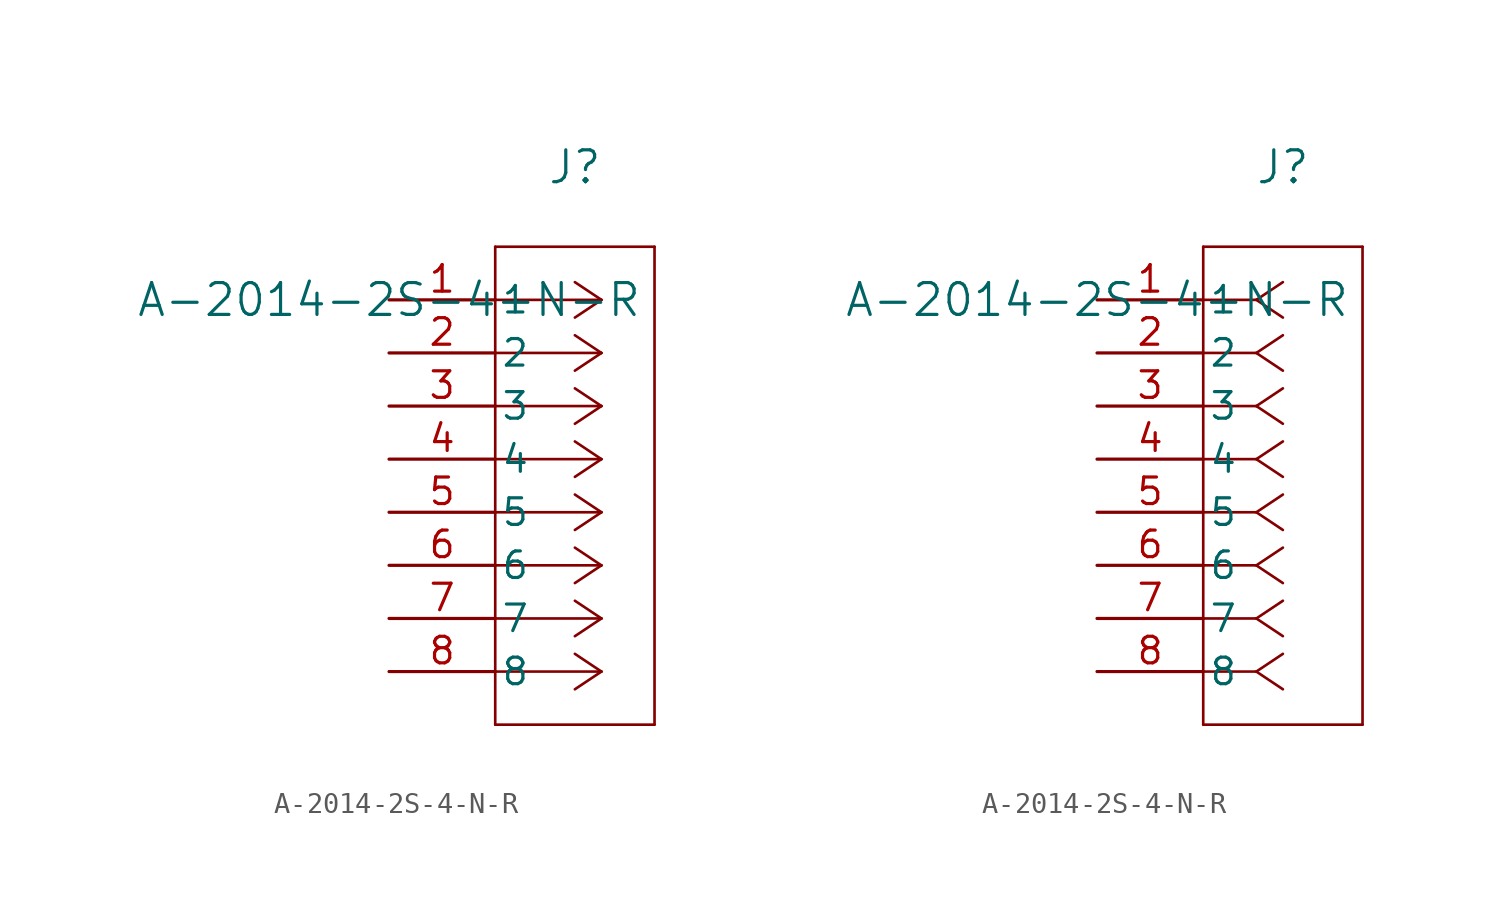
<source format=kicad_sym>
(kicad_symbol_lib
  (version 20211014)
  (generator kicad_symbol_editor)
  (symbol "A-2014-2S-4-N-R"
    (pin_names
      (offset 0.254))
    (property "Reference" "J"
      (at 8.89 6.35 0)
      (effects (font (size 1.524 1.524))))
    (property "Value" "A-2014-2S-4-N-R"
      (at 0 0 0)
      (effects (font (size 1.524 1.524))))
    (symbol "A-2014-2S-4-N-R_1_1"
      (polyline (pts (xy 10.16 0) (xy 5.08 0)) (stroke (width 0.127) (type default) (color 0 0 0 0)) (fill (type none)))
      (polyline (pts (xy 10.16 -2.54) (xy 5.08 -2.54)) (stroke (width 0.127) (type default) (color 0 0 0 0)) (fill (type none)))
      (polyline (pts (xy 10.16 -5.08) (xy 5.08 -5.08)) (stroke (width 0.127) (type default) (color 0 0 0 0)) (fill (type none)))
      (polyline (pts (xy 10.16 -7.62) (xy 5.08 -7.62)) (stroke (width 0.127) (type default) (color 0 0 0 0)) (fill (type none)))
      (polyline (pts (xy 10.16 -10.16) (xy 5.08 -10.16)) (stroke (width 0.127) (type default) (color 0 0 0 0)) (fill (type none)))
      (polyline (pts (xy 10.16 -12.7) (xy 5.08 -12.7)) (stroke (width 0.127) (type default) (color 0 0 0 0)) (fill (type none)))
      (polyline (pts (xy 10.16 -15.24) (xy 5.08 -15.24)) (stroke (width 0.127) (type default) (color 0 0 0 0)) (fill (type none)))
      (polyline (pts (xy 10.16 -17.78) (xy 5.08 -17.78)) (stroke (width 0.127) (type default) (color 0 0 0 0)) (fill (type none)))
      (polyline (pts (xy 10.16 0) (xy 8.89 0.847)) (stroke (width 0.127) (type default) (color 0 0 0 0)) (fill (type none)))
      (polyline (pts (xy 10.16 -2.54) (xy 8.89 -1.693)) (stroke (width 0.127) (type default) (color 0 0 0 0)) (fill (type none)))
      (polyline (pts (xy 10.16 -5.08) (xy 8.89 -4.233)) (stroke (width 0.127) (type default) (color 0 0 0 0)) (fill (type none)))
      (polyline (pts (xy 10.16 -7.62) (xy 8.89 -6.773)) (stroke (width 0.127) (type default) (color 0 0 0 0)) (fill (type none)))
      (polyline (pts (xy 10.16 -10.16) (xy 8.89 -9.313)) (stroke (width 0.127) (type default) (color 0 0 0 0)) (fill (type none)))
      (polyline (pts (xy 10.16 -12.7) (xy 8.89 -11.853)) (stroke (width 0.127) (type default) (color 0 0 0 0)) (fill (type none)))
      (polyline (pts (xy 10.16 -15.24) (xy 8.89 -14.393)) (stroke (width 0.127) (type default) (color 0 0 0 0)) (fill (type none)))
      (polyline (pts (xy 10.16 -17.78) (xy 8.89 -16.933)) (stroke (width 0.127) (type default) (color 0 0 0 0)) (fill (type none)))
      (polyline (pts (xy 10.16 0) (xy 8.89 -0.847)) (stroke (width 0.127) (type default) (color 0 0 0 0)) (fill (type none)))
      (polyline (pts (xy 10.16 -2.54) (xy 8.89 -3.387)) (stroke (width 0.127) (type default) (color 0 0 0 0)) (fill (type none)))
      (polyline (pts (xy 10.16 -5.08) (xy 8.89 -5.927)) (stroke (width 0.127) (type default) (color 0 0 0 0)) (fill (type none)))
      (polyline (pts (xy 10.16 -7.62) (xy 8.89 -8.467)) (stroke (width 0.127) (type default) (color 0 0 0 0)) (fill (type none)))
      (polyline (pts (xy 10.16 -10.16) (xy 8.89 -11.007)) (stroke (width 0.127) (type default) (color 0 0 0 0)) (fill (type none)))
      (polyline (pts (xy 10.16 -12.7) (xy 8.89 -13.547)) (stroke (width 0.127) (type default) (color 0 0 0 0)) (fill (type none)))
      (polyline (pts (xy 10.16 -15.24) (xy 8.89 -16.087)) (stroke (width 0.127) (type default) (color 0 0 0 0)) (fill (type none)))
      (polyline (pts (xy 10.16 -17.78) (xy 8.89 -18.627)) (stroke (width 0.127) (type default) (color 0 0 0 0)) (fill (type none)))
      (polyline (pts (xy 5.08 2.54) (xy 5.08 -20.32)) (stroke (width 0.127) (type default) (color 0 0 0 0)) (fill (type none)))
      (polyline (pts (xy 5.08 -20.32) (xy 12.7 -20.32)) (stroke (width 0.127) (type default) (color 0 0 0 0)) (fill (type none)))
      (polyline (pts (xy 12.7 -20.32) (xy 12.7 2.54)) (stroke (width 0.127) (type default) (color 0 0 0 0)) (fill (type none)))
      (polyline (pts (xy 12.7 2.54) (xy 5.08 2.54)) (stroke (width 0.127) (type default) (color 0 0 0 0)) (fill (type none)))
      (pin unspecified line (at 0 0 0) (length 5.08) (name "1" (effects (font (size 1.27 1.27)))) (number "1" (effects (font (size 1.27 1.27)))))
      (pin unspecified line (at 0 -2.54 0) (length 5.08) (name "2" (effects (font (size 1.27 1.27)))) (number "2" (effects (font (size 1.27 1.27)))))
      (pin unspecified line (at 0 -5.08 0) (length 5.08) (name "3" (effects (font (size 1.27 1.27)))) (number "3" (effects (font (size 1.27 1.27)))))
      (pin unspecified line (at 0 -7.62 0) (length 5.08) (name "4" (effects (font (size 1.27 1.27)))) (number "4" (effects (font (size 1.27 1.27)))))
      (pin unspecified line (at 0 -10.16 0) (length 5.08) (name "5" (effects (font (size 1.27 1.27)))) (number "5" (effects (font (size 1.27 1.27)))))
      (pin unspecified line (at 0 -12.7 0) (length 5.08) (name "6" (effects (font (size 1.27 1.27)))) (number "6" (effects (font (size 1.27 1.27)))))
      (pin unspecified line (at 0 -15.24 0) (length 5.08) (name "7" (effects (font (size 1.27 1.27)))) (number "7" (effects (font (size 1.27 1.27)))))
      (pin unspecified line (at 0 -17.78 0) (length 5.08) (name "8" (effects (font (size 1.27 1.27)))) (number "8" (effects (font (size 1.27 1.27))))))
    (symbol "A-2014-2S-4-N-R_1_2"
      (polyline (pts (xy 7.62 0) (xy 5.08 0)) (stroke (width 0.127) (type default) (color 0 0 0 0)) (fill (type none)))
      (polyline (pts (xy 7.62 -2.54) (xy 5.08 -2.54)) (stroke (width 0.127) (type default) (color 0 0 0 0)) (fill (type none)))
      (polyline (pts (xy 7.62 -5.08) (xy 5.08 -5.08)) (stroke (width 0.127) (type default) (color 0 0 0 0)) (fill (type none)))
      (polyline (pts (xy 7.62 -7.62) (xy 5.08 -7.62)) (stroke (width 0.127) (type default) (color 0 0 0 0)) (fill (type none)))
      (polyline (pts (xy 7.62 -10.16) (xy 5.08 -10.16)) (stroke (width 0.127) (type default) (color 0 0 0 0)) (fill (type none)))
      (polyline (pts (xy 7.62 -12.7) (xy 5.08 -12.7)) (stroke (width 0.127) (type default) (color 0 0 0 0)) (fill (type none)))
      (polyline (pts (xy 7.62 -15.24) (xy 5.08 -15.24)) (stroke (width 0.127) (type default) (color 0 0 0 0)) (fill (type none)))
      (polyline (pts (xy 7.62 -17.78) (xy 5.08 -17.78)) (stroke (width 0.127) (type default) (color 0 0 0 0)) (fill (type none)))
      (polyline (pts (xy 7.62 0) (xy 8.89 0.847)) (stroke (width 0.127) (type default) (color 0 0 0 0)) (fill (type none)))
      (polyline (pts (xy 7.62 -2.54) (xy 8.89 -1.693)) (stroke (width 0.127) (type default) (color 0 0 0 0)) (fill (type none)))
      (polyline (pts (xy 7.62 -5.08) (xy 8.89 -4.233)) (stroke (width 0.127) (type default) (color 0 0 0 0)) (fill (type none)))
      (polyline (pts (xy 7.62 -7.62) (xy 8.89 -6.773)) (stroke (width 0.127) (type default) (color 0 0 0 0)) (fill (type none)))
      (polyline (pts (xy 7.62 -10.16) (xy 8.89 -9.313)) (stroke (width 0.127) (type default) (color 0 0 0 0)) (fill (type none)))
      (polyline (pts (xy 7.62 -12.7) (xy 8.89 -11.853)) (stroke (width 0.127) (type default) (color 0 0 0 0)) (fill (type none)))
      (polyline (pts (xy 7.62 -15.24) (xy 8.89 -14.393)) (stroke (width 0.127) (type default) (color 0 0 0 0)) (fill (type none)))
      (polyline (pts (xy 7.62 -17.78) (xy 8.89 -16.933)) (stroke (width 0.127) (type default) (color 0 0 0 0)) (fill (type none)))
      (polyline (pts (xy 7.62 0) (xy 8.89 -0.847)) (stroke (width 0.127) (type default) (color 0 0 0 0)) (fill (type none)))
      (polyline (pts (xy 7.62 -2.54) (xy 8.89 -3.387)) (stroke (width 0.127) (type default) (color 0 0 0 0)) (fill (type none)))
      (polyline (pts (xy 7.62 -5.08) (xy 8.89 -5.927)) (stroke (width 0.127) (type default) (color 0 0 0 0)) (fill (type none)))
      (polyline (pts (xy 7.62 -7.62) (xy 8.89 -8.467)) (stroke (width 0.127) (type default) (color 0 0 0 0)) (fill (type none)))
      (polyline (pts (xy 7.62 -10.16) (xy 8.89 -11.007)) (stroke (width 0.127) (type default) (color 0 0 0 0)) (fill (type none)))
      (polyline (pts (xy 7.62 -12.7) (xy 8.89 -13.547)) (stroke (width 0.127) (type default) (color 0 0 0 0)) (fill (type none)))
      (polyline (pts (xy 7.62 -15.24) (xy 8.89 -16.087)) (stroke (width 0.127) (type default) (color 0 0 0 0)) (fill (type none)))
      (polyline (pts (xy 7.62 -17.78) (xy 8.89 -18.627)) (stroke (width 0.127) (type default) (color 0 0 0 0)) (fill (type none)))
      (polyline (pts (xy 5.08 2.54) (xy 5.08 -20.32)) (stroke (width 0.127) (type default) (color 0 0 0 0)) (fill (type none)))
      (polyline (pts (xy 5.08 -20.32) (xy 12.7 -20.32)) (stroke (width 0.127) (type default) (color 0 0 0 0)) (fill (type none)))
      (polyline (pts (xy 12.7 -20.32) (xy 12.7 2.54)) (stroke (width 0.127) (type default) (color 0 0 0 0)) (fill (type none)))
      (polyline (pts (xy 12.7 2.54) (xy 5.08 2.54)) (stroke (width 0.127) (type default) (color 0 0 0 0)) (fill (type none)))
      (pin unspecified line (at 0 0 0) (length 5.08) (name "1" (effects (font (size 1.27 1.27)))) (number "1" (effects (font (size 1.27 1.27)))))
      (pin unspecified line (at 0 -2.54 0) (length 5.08) (name "2" (effects (font (size 1.27 1.27)))) (number "2" (effects (font (size 1.27 1.27)))))
      (pin unspecified line (at 0 -5.08 0) (length 5.08) (name "3" (effects (font (size 1.27 1.27)))) (number "3" (effects (font (size 1.27 1.27)))))
      (pin unspecified line (at 0 -7.62 0) (length 5.08) (name "4" (effects (font (size 1.27 1.27)))) (number "4" (effects (font (size 1.27 1.27)))))
      (pin unspecified line (at 0 -10.16 0) (length 5.08) (name "5" (effects (font (size 1.27 1.27)))) (number "5" (effects (font (size 1.27 1.27)))))
      (pin unspecified line (at 0 -12.7 0) (length 5.08) (name "6" (effects (font (size 1.27 1.27)))) (number "6" (effects (font (size 1.27 1.27)))))
      (pin unspecified line (at 0 -15.24 0) (length 5.08) (name "7" (effects (font (size 1.27 1.27)))) (number "7" (effects (font (size 1.27 1.27)))))
      (pin unspecified line (at 0 -17.78 0) (length 5.08) (name "8" (effects (font (size 1.27 1.27)))) (number "8" (effects (font (size 1.27 1.27))))))))
</source>
